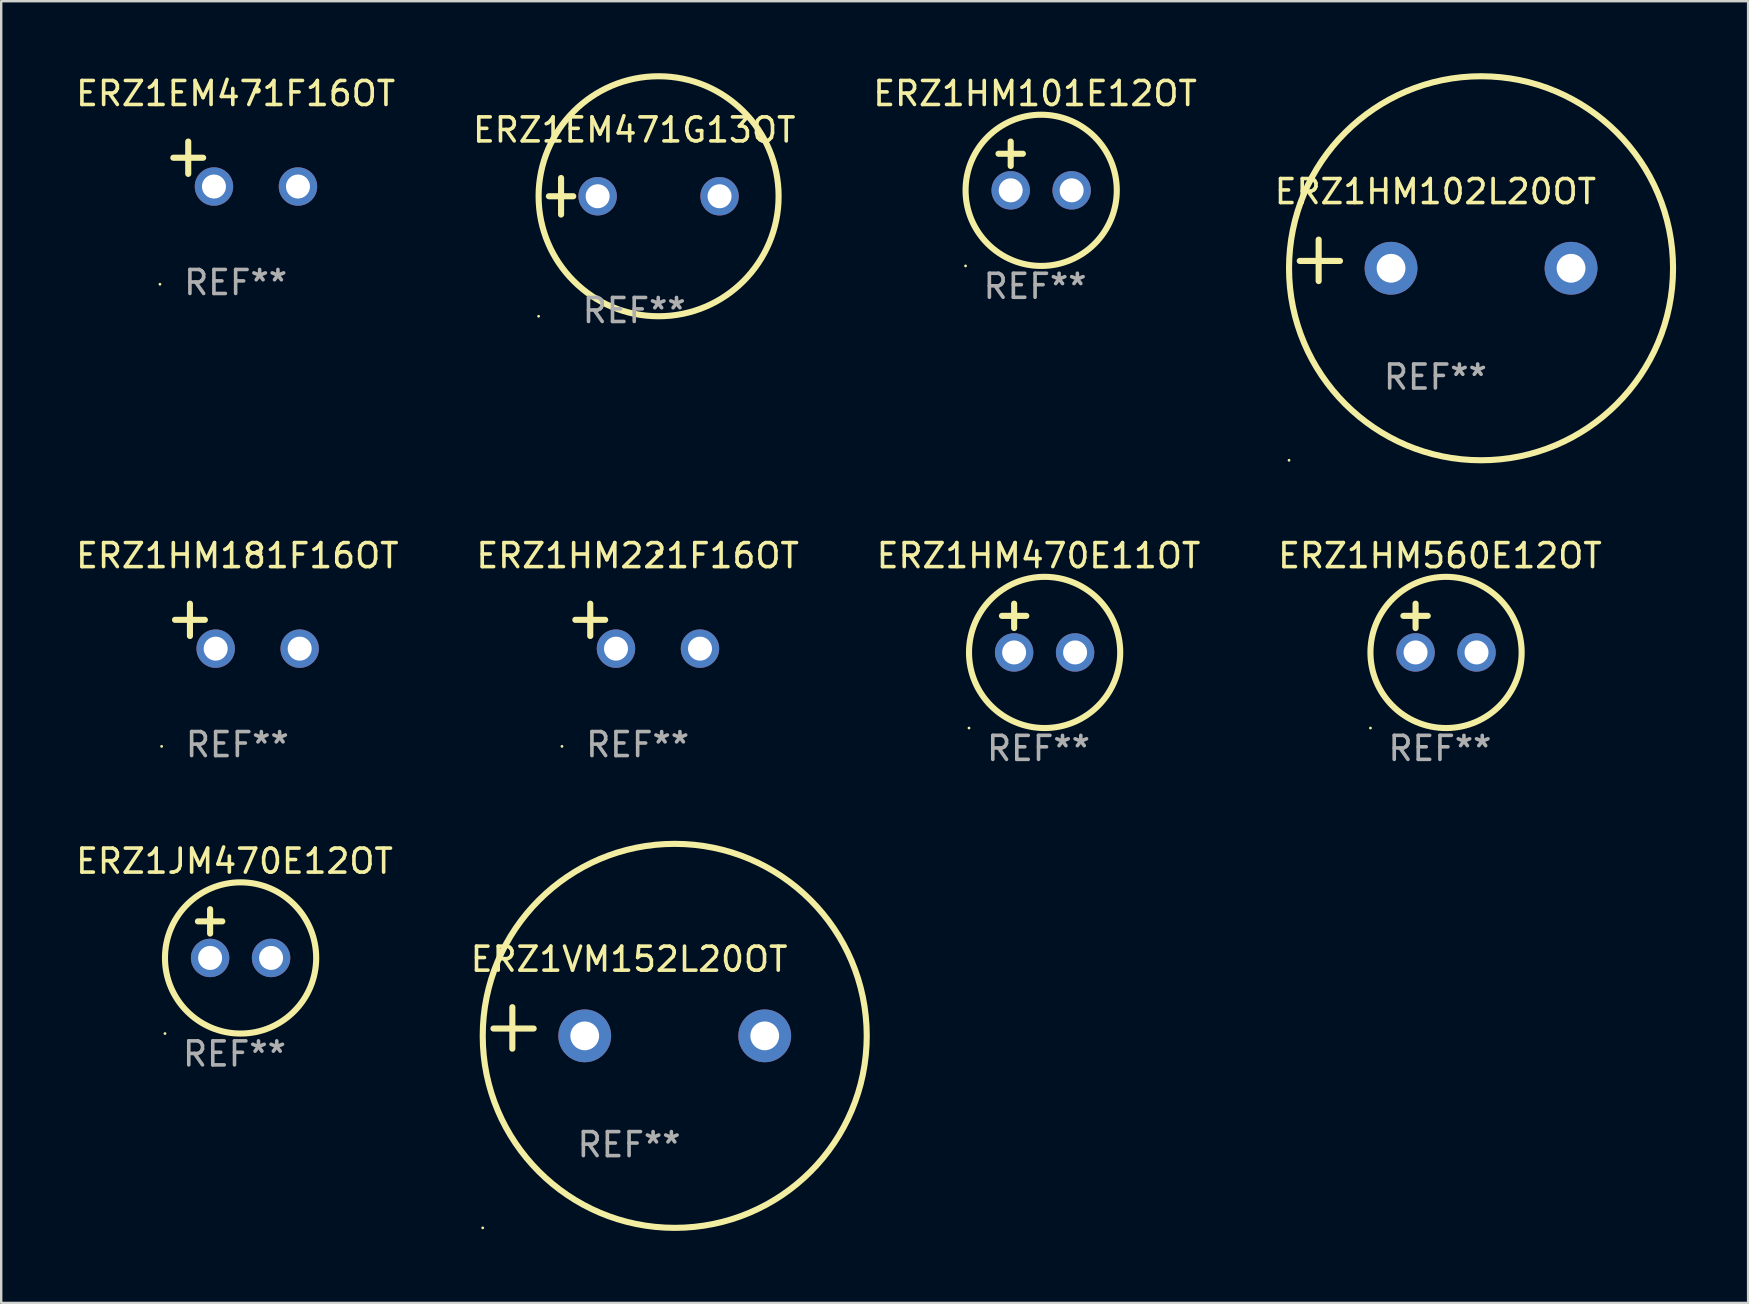
<source format=kicad_pcb>
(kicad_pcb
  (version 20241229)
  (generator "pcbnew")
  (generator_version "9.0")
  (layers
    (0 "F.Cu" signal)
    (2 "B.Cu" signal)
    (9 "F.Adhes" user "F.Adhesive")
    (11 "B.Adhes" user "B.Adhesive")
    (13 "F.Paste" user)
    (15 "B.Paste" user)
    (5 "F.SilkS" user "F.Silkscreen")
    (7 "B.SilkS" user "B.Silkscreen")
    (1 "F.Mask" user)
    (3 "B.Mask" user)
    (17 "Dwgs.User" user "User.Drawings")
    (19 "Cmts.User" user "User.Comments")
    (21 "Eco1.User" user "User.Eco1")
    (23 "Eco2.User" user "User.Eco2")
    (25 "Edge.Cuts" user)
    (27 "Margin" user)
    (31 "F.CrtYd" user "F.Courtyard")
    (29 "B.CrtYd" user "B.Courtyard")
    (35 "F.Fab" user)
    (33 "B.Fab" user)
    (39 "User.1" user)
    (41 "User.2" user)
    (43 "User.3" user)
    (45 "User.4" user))
  (footprint "ERZ1EM471G13OT"
    (layer "F.Cu")
    (at 23.375 5.127)
    (property "Reference" "ERZ1EM471G13OT" (at 0 -2.762 0) (layer "F.SilkS") (effects (font (size 1 1) (thickness 0.15))))
    (attr through_hole)
    (fp_line (start -3.556 0) (end -2.54 0) (stroke (width 0.254) (type solid)) (layer "F.SilkS"))
    (fp_line (start -3.048 -0.762) (end -3.048 0.762) (stroke (width 0.254) (type solid)) (layer "F.SilkS"))
    (fp_circle (center -3.984 5) (end -3.954 5) (stroke (width 0.06) (type solid)) (fill no) (layer "F.SilkS"))
    (fp_circle (center 1.016 0) (end 6.016 0) (stroke (width 0.254) (type solid)) (fill no) (layer "F.SilkS"))
    (fp_text user "REF**" (at 0 4.762 0) (layer "F.Fab") (effects (font (size 1 1) (thickness 0.15))))
    (pad "1" thru_hole circle (at -1.524 0) (size 1.6 1.6) (drill 1) (layers "*.Cu" "*.Mask"))
    (pad "2" thru_hole circle (at 3.556 0) (size 1.6 1.6) (drill 1) (layers "*.Cu" "*.Mask")))
  (footprint "ERZ1HM101E12OT"
    (layer "F.Cu")
    (at 40.077 3.864)
    (property "Reference" "ERZ1HM101E12OT" (at 0 -3.016 0) (layer "F.SilkS") (effects (font (size 1 1) (thickness 0.15))))
    (attr through_hole)
    (fp_line (start -1.524 -0.508) (end -0.508 -0.508) (stroke (width 0.254) (type solid)) (layer "F.SilkS"))
    (fp_line (start -1.016 -1.016) (end -1.016 0) (stroke (width 0.254) (type solid)) (layer "F.SilkS"))
    (fp_circle (center -2.896 4.166) (end -2.866 4.166) (stroke (width 0.06) (type solid)) (fill no) (layer "F.SilkS"))
    (fp_circle (center 0.254 1.016) (end 3.404 1.016) (stroke (width 0.254) (type solid)) (fill no) (layer "F.SilkS"))
    (fp_text user "REF**" (at 0 5.016 0) (layer "F.Fab") (effects (font (size 1 1) (thickness 0.15))))
    (pad "1" thru_hole circle (at -1.016 1.016) (size 1.6 1.6) (drill 1) (layers "*.Cu" "*.Mask"))
    (pad "2" thru_hole circle (at 1.524 1.016) (size 1.6 1.6) (drill 1) (layers "*.Cu" "*.Mask")))
  (footprint "ERZ1VM152L20OT"
    (layer "F.Cu")
    (at 23.161 39.779)
    (property "Reference" "ERZ1VM152L20OT" (at 0 -2.864 0) (layer "F.SilkS") (effects (font (size 1 1) (thickness 0.15))))
    (attr through_hole)
    (fp_line (start -4.864 0.864) (end -4.864 -0.864) (stroke (width 0.254) (type solid)) (layer "F.SilkS"))
    (fp_line (start -3.975 0.025) (end -5.652 0.025) (stroke (width 0.254) (type solid)) (layer "F.SilkS"))
    (fp_circle (center -6.098 8.33) (end -6.068 8.33) (stroke (width 0.06) (type solid)) (fill no) (layer "F.SilkS"))
    (fp_circle (center 1.902 0.33) (end 9.902 0.33) (stroke (width 0.254) (type solid)) (fill no) (layer "F.SilkS"))
    (fp_text user "REF**" (at 0 4.864 0) (layer "F.Fab") (effects (font (size 1 1) (thickness 0.15))))
    (pad "1" thru_hole circle (at -1.848 0.33) (size 2.2 2.2) (drill 1.2) (layers "*.Cu" "*.Mask"))
    (pad "2" thru_hole circle (at 5.652 0.33) (size 2.2 2.2) (drill 1.2) (layers "*.Cu" "*.Mask")))
  (footprint "ERZ1HM470E11OT"
    (layer "F.Cu")
    (at 40.22 23.118)
    (property "Reference" "ERZ1HM470E11OT" (at 0 -3.016 0) (layer "F.SilkS") (effects (font (size 1 1) (thickness 0.15))))
    (attr through_hole)
    (fp_line (start -1.524 -0.508) (end -0.508 -0.508) (stroke (width 0.254) (type solid)) (layer "F.SilkS"))
    (fp_line (start -1.016 -1.016) (end -1.016 0) (stroke (width 0.254) (type solid)) (layer "F.SilkS"))
    (fp_circle (center -2.896 4.166) (end -2.866 4.166) (stroke (width 0.06) (type solid)) (fill no) (layer "F.SilkS"))
    (fp_circle (center 0.254 1.016) (end 3.404 1.016) (stroke (width 0.254) (type solid)) (fill no) (layer "F.SilkS"))
    (fp_text user "REF**" (at 0 5.016 0) (layer "F.Fab") (effects (font (size 1 1) (thickness 0.15))))
    (pad "1" thru_hole circle (at -1.016 1.016) (size 1.6 1.6) (drill 1) (layers "*.Cu" "*.Mask"))
    (pad "2" thru_hole circle (at 1.524 1.016) (size 1.6 1.6) (drill 1) (layers "*.Cu" "*.Mask")))
  (footprint "ERZ1JM470E12OT"
    (layer "F.Cu")
    (at 6.72 35.847)
    (property "Reference" "ERZ1JM470E12OT" (at 0 -3.016 0) (layer "F.SilkS") (effects (font (size 1 1) (thickness 0.15))))
    (attr through_hole)
    (fp_line (start -1.524 -0.508) (end -0.508 -0.508) (stroke (width 0.254) (type solid)) (layer "F.SilkS"))
    (fp_line (start -1.016 -1.016) (end -1.016 0) (stroke (width 0.254) (type solid)) (layer "F.SilkS"))
    (fp_circle (center -2.896 4.166) (end -2.866 4.166) (stroke (width 0.06) (type solid)) (fill no) (layer "F.SilkS"))
    (fp_circle (center 0.254 1.016) (end 3.404 1.016) (stroke (width 0.254) (type solid)) (fill no) (layer "F.SilkS"))
    (fp_text user "REF**" (at 0 5.016 0) (layer "F.Fab") (effects (font (size 1 1) (thickness 0.15))))
    (pad "1" thru_hole circle (at -1.016 1.016) (size 1.6 1.6) (drill 1) (layers "*.Cu" "*.Mask"))
    (pad "2" thru_hole circle (at 1.524 1.016) (size 1.6 1.6) (drill 1) (layers "*.Cu" "*.Mask")))
  (footprint "ERZ1HM221F16OT"
    (layer "F.Cu")
    (at 23.518 23.039)
    (property "Reference" "ERZ1HM221F16OT" (at 0 -2.937 0) (layer "F.SilkS") (effects (font (size 1 1) (thickness 0.15))))
    (attr through_hole)
    (fp_line (start -1.975 0.41) (end -1.975 -0.937) (stroke (width 0.254) (type solid)) (layer "F.SilkS"))
    (fp_line (start -1.353 -0.263) (end -2.597 -0.263) (stroke (width 0.254) (type solid)) (layer "F.SilkS"))
    (fp_arc (start 0.849809 -3.063957) (mid 0.885369 -3.064114) (end 0.920929 -3.063957) (stroke (width 0.254001) (type solid)) (layer "F.SilkS"))
    (fp_circle (center -3.154 5.008) (end -3.124 5.008) (stroke (width 0.06) (type solid)) (fill no) (layer "F.SilkS"))
    (fp_text user "REF**" (at 0 4.937 0) (layer "F.Fab") (effects (font (size 1 1) (thickness 0.15))))
    (pad "1" thru_hole circle (at -0.903 0.937) (size 1.6 1.6) (drill 1) (layers "*.Cu" "*.Mask"))
    (pad "2" thru_hole circle (at 2.597 0.937) (size 1.6 1.6) (drill 1) (layers "*.Cu" "*.Mask")))
  (footprint "ERZ1EM471F16OT"
    (layer "F.Cu")
    (at 6.768 3.785)
    (property "Reference" "ERZ1EM471F16OT" (at 0 -2.937 0) (layer "F.SilkS") (effects (font (size 1 1) (thickness 0.15))))
    (attr through_hole)
    (fp_line (start -1.975 0.41) (end -1.975 -0.937) (stroke (width 0.254) (type solid)) (layer "F.SilkS"))
    (fp_line (start -1.353 -0.263) (end -2.597 -0.263) (stroke (width 0.254) (type solid)) (layer "F.SilkS"))
    (fp_arc (start 0.849809 -3.063957) (mid 0.885369 -3.064114) (end 0.920929 -3.063957) (stroke (width 0.254001) (type solid)) (layer "F.SilkS"))
    (fp_circle (center -3.154 5.008) (end -3.124 5.008) (stroke (width 0.06) (type solid)) (fill no) (layer "F.SilkS"))
    (fp_text user "REF**" (at 0 4.937 0) (layer "F.Fab") (effects (font (size 1 1) (thickness 0.15))))
    (pad "1" thru_hole circle (at -0.903 0.937) (size 1.6 1.6) (drill 1) (layers "*.Cu" "*.Mask"))
    (pad "2" thru_hole circle (at 2.597 0.937) (size 1.6 1.6) (drill 1) (layers "*.Cu" "*.Mask")))
  (footprint "ERZ1HM181F16OT"
    (layer "F.Cu")
    (at 6.839 23.039)
    (property "Reference" "ERZ1HM181F16OT" (at 0 -2.937 0) (layer "F.SilkS") (effects (font (size 1 1) (thickness 0.15))))
    (attr through_hole)
    (fp_line (start -1.975 0.41) (end -1.975 -0.937) (stroke (width 0.254) (type solid)) (layer "F.SilkS"))
    (fp_line (start -1.353 -0.263) (end -2.597 -0.263) (stroke (width 0.254) (type solid)) (layer "F.SilkS"))
    (fp_arc (start 0.849809 -3.063957) (mid 0.885369 -3.064114) (end 0.920929 -3.063957) (stroke (width 0.254001) (type solid)) (layer "F.SilkS"))
    (fp_circle (center -3.154 5.008) (end -3.124 5.008) (stroke (width 0.06) (type solid)) (fill no) (layer "F.SilkS"))
    (fp_text user "REF**" (at 0 4.937 0) (layer "F.Fab") (effects (font (size 1 1) (thickness 0.15))))
    (pad "1" thru_hole circle (at -0.903 0.937) (size 1.6 1.6) (drill 1) (layers "*.Cu" "*.Mask"))
    (pad "2" thru_hole circle (at 2.597 0.937) (size 1.6 1.6) (drill 1) (layers "*.Cu" "*.Mask")))
  (footprint "ERZ1HM560E12OT"
    (layer "F.Cu")
    (at 56.946 23.118)
    (property "Reference" "ERZ1HM560E12OT" (at 0 -3.016 0) (layer "F.SilkS") (effects (font (size 1 1) (thickness 0.15))))
    (attr through_hole)
    (fp_line (start -1.524 -0.508) (end -0.508 -0.508) (stroke (width 0.254) (type solid)) (layer "F.SilkS"))
    (fp_line (start -1.016 -1.016) (end -1.016 0) (stroke (width 0.254) (type solid)) (layer "F.SilkS"))
    (fp_circle (center -2.896 4.166) (end -2.866 4.166) (stroke (width 0.06) (type solid)) (fill no) (layer "F.SilkS"))
    (fp_circle (center 0.254 1.016) (end 3.404 1.016) (stroke (width 0.254) (type solid)) (fill no) (layer "F.SilkS"))
    (fp_text user "REF**" (at 0 5.016 0) (layer "F.Fab") (effects (font (size 1 1) (thickness 0.15))))
    (pad "1" thru_hole circle (at -1.016 1.016) (size 1.6 1.6) (drill 1) (layers "*.Cu" "*.Mask"))
    (pad "2" thru_hole circle (at 1.524 1.016) (size 1.6 1.6) (drill 1) (layers "*.Cu" "*.Mask")))
  (footprint "ERZ1HM102L20OT"
    (layer "F.Cu")
    (at 56.756 7.797)
    (property "Reference" "ERZ1HM102L20OT" (at 0 -2.864 0) (layer "F.SilkS") (effects (font (size 1 1) (thickness 0.15))))
    (attr through_hole)
    (fp_line (start -4.864 0.864) (end -4.864 -0.864) (stroke (width 0.254) (type solid)) (layer "F.SilkS"))
    (fp_line (start -3.975 0.025) (end -5.652 0.025) (stroke (width 0.254) (type solid)) (layer "F.SilkS"))
    (fp_circle (center -6.098 8.33) (end -6.068 8.33) (stroke (width 0.06) (type solid)) (fill no) (layer "F.SilkS"))
    (fp_circle (center 1.902 0.33) (end 9.902 0.33) (stroke (width 0.254) (type solid)) (fill no) (layer "F.SilkS"))
    (fp_text user "REF**" (at 0 4.864 0) (layer "F.Fab") (effects (font (size 1 1) (thickness 0.15))))
    (pad "1" thru_hole circle (at -1.848 0.33) (size 2.2 2.2) (drill 1.2) (layers "*.Cu" "*.Mask"))
    (pad "2" thru_hole circle (at 5.652 0.33) (size 2.2 2.2) (drill 1.2) (layers "*.Cu" "*.Mask")))
  (gr_rect
    (start -3 -3)
    (end 69.785 51.237)
    (stroke (width 0.1) (type default))
    (fill no)
    (layer "Edge.Cuts")))
</source>
